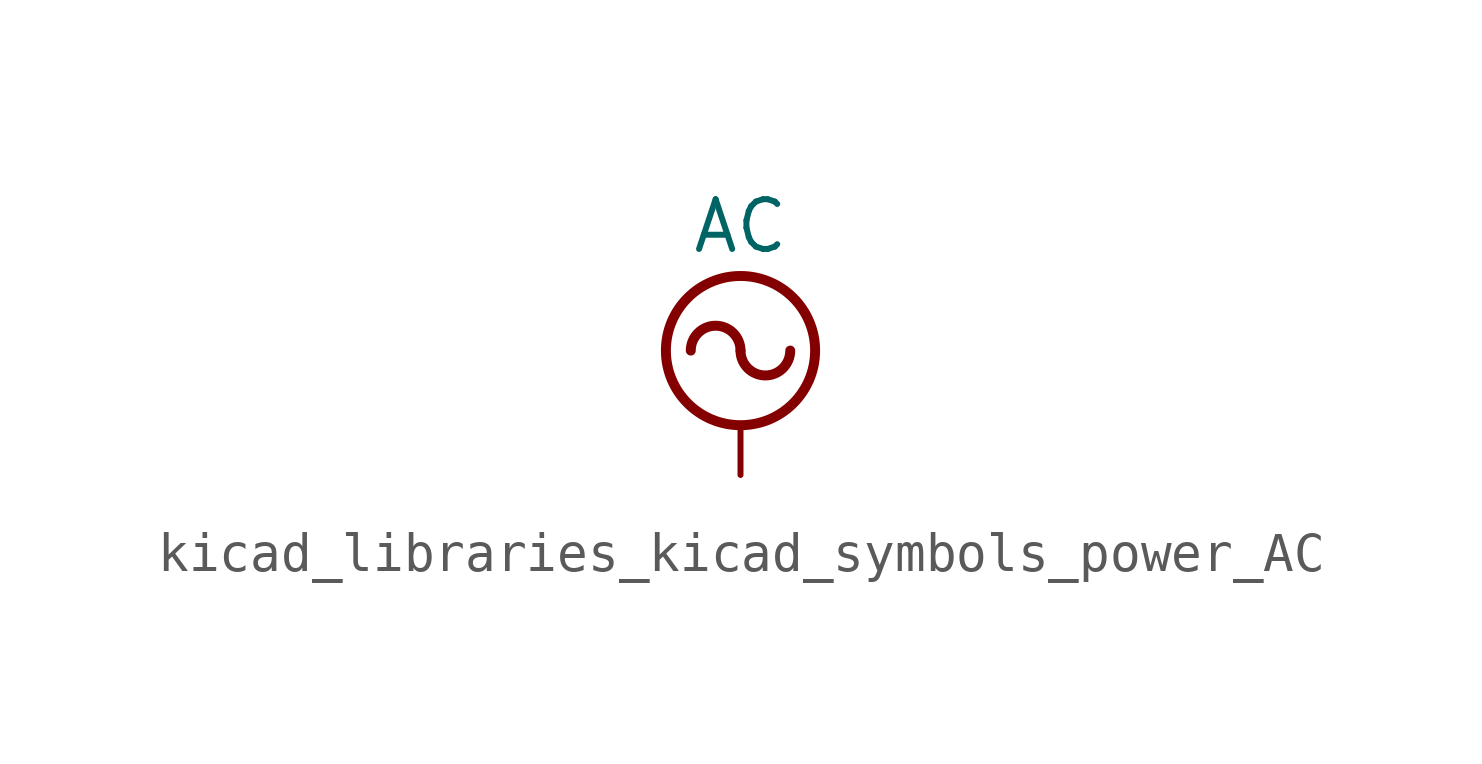
<source format=kicad_sym>
(kicad_symbol_lib
  (version 20220914)
  (generator kicad_symbol_editor)
  (symbol "kicad_libraries_kicad_symbols_power_AC"
    (power)
    (pin_names
      (offset 0))
    (property "Reference" "#PWR"
      (at 0 -2.54 0)
      (effects (font (size 1.27 1.27)) hide))
    (property "Value" "AC"
      (at 0 6.35 0)
      (effects (font (size 1.27 1.27))))
    (symbol "kicad_libraries_kicad_symbols_power_AC_0_1"
      (polyline (pts (xy 0 0) (xy 0 1.27)) (stroke (width 0) (type default)) (fill (type none)))
      (arc (start 0 3.175) (mid -0.635 3.8073) (end -1.27 3.175) (stroke (width 0.254) (type default)) (fill (type none)))
      (arc (start 0 3.175) (mid 0.635 2.5427) (end 1.27 3.175) (stroke (width 0.254) (type default)) (fill (type none)))
      (circle (center 0 3.175) (radius 1.905) (stroke (width 0.254) (type default)) (fill (type none))))
    (symbol "kicad_libraries_kicad_symbols_power_AC_1_1"
      (pin power_in line (at 0 0 90) (length 0) hide (name "AC" (effects (font (size 1.27 1.27)))) (number "1" (effects (font (size 1.27 1.27))))))))
</source>
